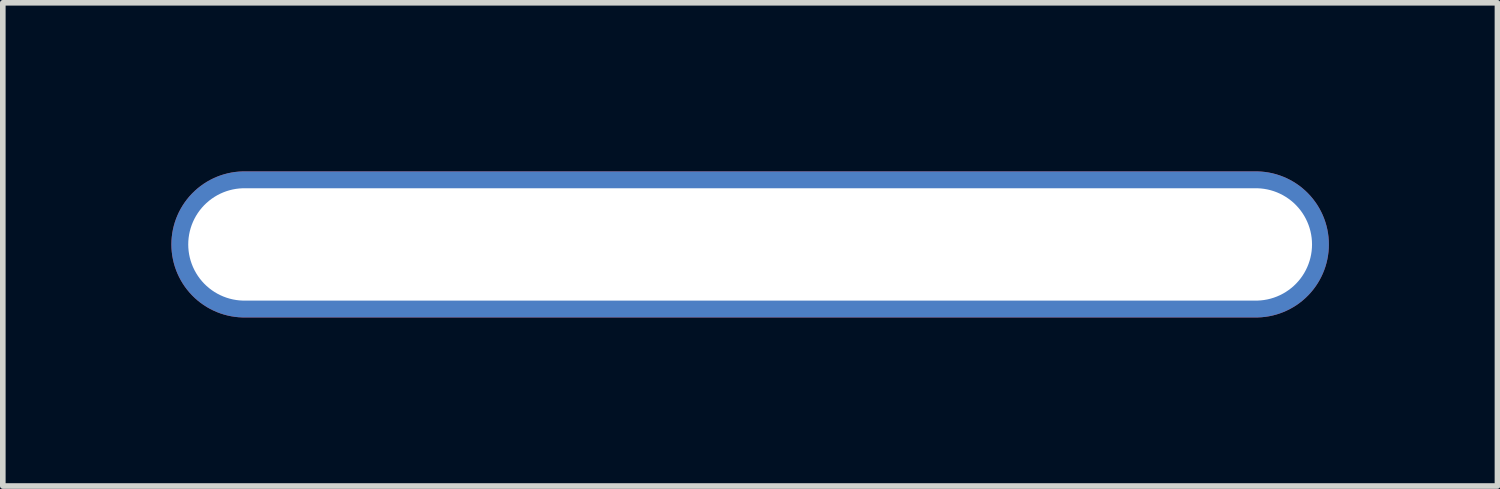
<source format=kicad_pcb>
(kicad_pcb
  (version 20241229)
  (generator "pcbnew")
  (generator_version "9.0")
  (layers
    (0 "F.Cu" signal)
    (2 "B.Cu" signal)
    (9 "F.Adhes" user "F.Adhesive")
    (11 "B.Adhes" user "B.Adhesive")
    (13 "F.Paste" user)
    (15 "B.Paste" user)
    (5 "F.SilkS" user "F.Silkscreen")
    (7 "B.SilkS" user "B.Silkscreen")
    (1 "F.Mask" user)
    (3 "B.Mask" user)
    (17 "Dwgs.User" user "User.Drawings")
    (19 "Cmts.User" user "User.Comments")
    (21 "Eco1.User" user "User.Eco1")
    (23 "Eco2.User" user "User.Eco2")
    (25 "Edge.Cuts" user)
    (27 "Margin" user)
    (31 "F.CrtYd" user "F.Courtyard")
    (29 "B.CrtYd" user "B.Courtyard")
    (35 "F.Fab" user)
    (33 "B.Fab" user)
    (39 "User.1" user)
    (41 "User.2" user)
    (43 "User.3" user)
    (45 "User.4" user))
  (footprint "20.4mm_Plated_Slot"
    (layer "F.Cu")
    (at 10.3 1.3)
    (property "Reference" "20.4mm_Plated_Slot" (at 0 0 0) (unlocked yes) (layer "F.SilkS") (effects (font (size 1.27 1.27) (thickness 0.15))))
    (attr board_only exclude_from_pos_files exclude_from_bom allow_missing_courtyard)
    (pad "1" thru_hole oval (at 0 0) (size 20.6 2.6) (drill oval 20 2) (layers "*.Cu" "*.Mask")))
  (gr_rect
    (start -3 -3)
    (end 23.6 5.6)
    (stroke (width 0.1) (type default))
    (fill no)
    (layer "Edge.Cuts")))
</source>
